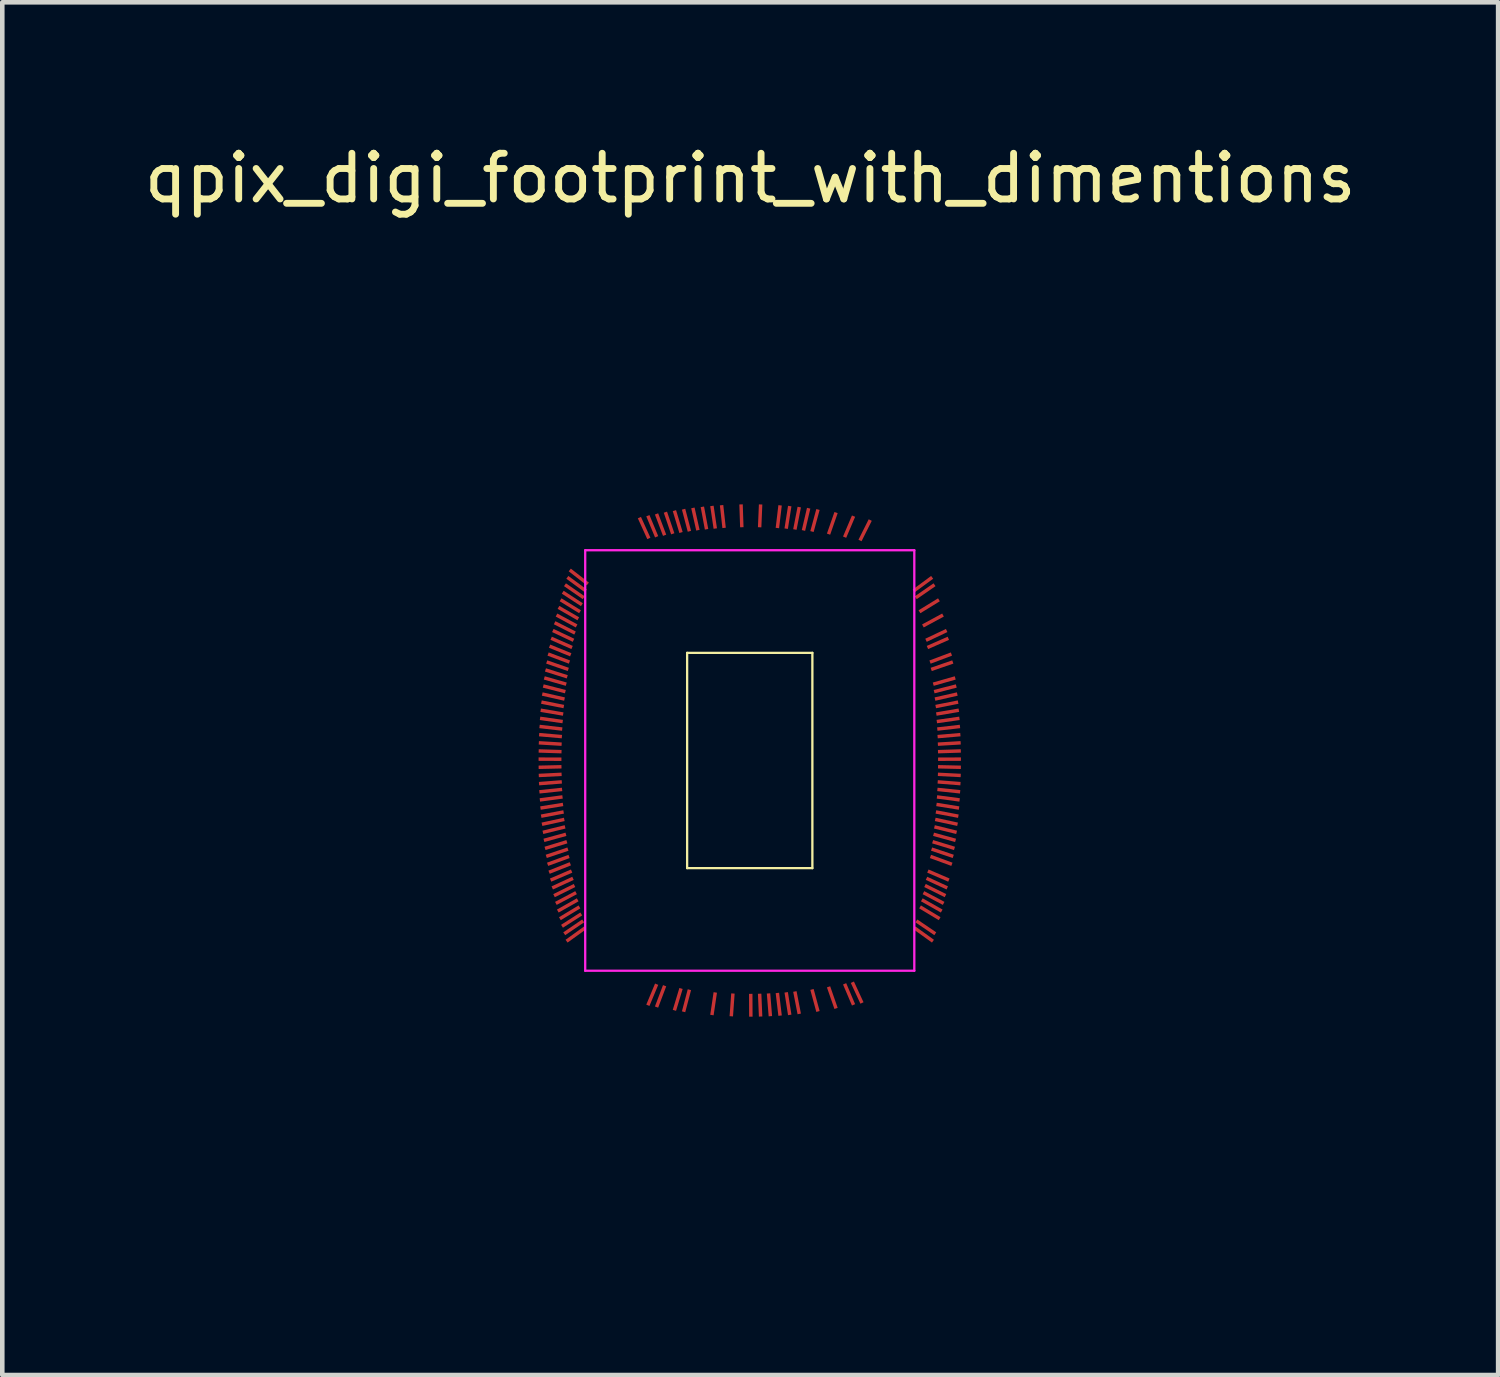
<source format=kicad_pcb>
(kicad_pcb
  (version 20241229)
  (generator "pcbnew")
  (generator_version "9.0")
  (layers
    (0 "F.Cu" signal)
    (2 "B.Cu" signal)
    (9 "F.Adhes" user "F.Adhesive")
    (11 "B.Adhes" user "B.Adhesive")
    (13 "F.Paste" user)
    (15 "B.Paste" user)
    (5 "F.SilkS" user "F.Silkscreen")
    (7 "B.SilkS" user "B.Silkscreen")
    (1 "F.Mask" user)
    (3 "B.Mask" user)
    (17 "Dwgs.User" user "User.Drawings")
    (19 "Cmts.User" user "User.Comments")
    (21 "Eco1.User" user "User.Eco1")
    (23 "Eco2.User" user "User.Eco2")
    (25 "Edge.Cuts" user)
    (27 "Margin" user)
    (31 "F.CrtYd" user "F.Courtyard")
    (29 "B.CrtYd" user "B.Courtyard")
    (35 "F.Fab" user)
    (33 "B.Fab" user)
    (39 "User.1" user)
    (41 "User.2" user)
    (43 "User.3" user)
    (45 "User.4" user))
  (footprint "qpix_digi_footprint_with_dimentions"
    (layer "F.Cu")
    (at 13.353 13.588)
    (property "Reference" "qpix_digi_footprint_with_dimentions" (at 0.01 -12.74 0) (layer "F.SilkS") (effects (font (size 1 1) (thickness 0.15))))
    (attr through_hole)
    (fp_line (start -1.37 -2.355) (end -1.37 2.355) (stroke (width 0.05) (type solid)) (layer "F.SilkS"))
    (fp_line (start -1.37 2.355) (end 1.37 2.355) (stroke (width 0.05) (type solid)) (layer "F.SilkS"))
    (fp_line (start 1.37 -2.355) (end -1.37 -2.355) (stroke (width 0.05) (type solid)) (layer "F.SilkS"))
    (fp_line (start 1.37 2.355) (end 1.37 -2.355) (stroke (width 0.05) (type solid)) (layer "F.SilkS"))
    (fp_line (start -3.6 -4.6) (end -3.6 4.6) (stroke (width 0.05) (type solid)) (layer "F.CrtYd"))
    (fp_line (start -3.6 4.6) (end 3.6 4.6) (stroke (width 0.05) (type solid)) (layer "F.CrtYd"))
    (fp_line (start 3.6 -4.6) (end -3.6 -4.6) (stroke (width 0.05) (type solid)) (layer "F.CrtYd"))
    (fp_line (start 3.6 4.6) (end 3.6 -4.6) (stroke (width 0.05) (type solid)) (layer "F.CrtYd"))
    (fp_line (start -1.37 -2.175) (end -3.74 -4.015) (stroke (width 0.025) (type solid)) (layer "User.1"))
    (fp_line (start -1.37 -2.085) (end -3.789 -3.859) (stroke (width 0.025) (type solid)) (layer "User.1"))
    (fp_line (start -1.37 -1.995) (end -3.837 -3.703) (stroke (width 0.025) (type solid)) (layer "User.1"))
    (fp_line (start -1.37 -1.905) (end -3.882 -3.545) (stroke (width 0.025) (type solid)) (layer "User.1"))
    (fp_line (start -1.37 -1.815) (end -3.926 -3.385) (stroke (width 0.025) (type solid)) (layer "User.1"))
    (fp_line (start -1.37 -1.725) (end -3.968 -3.225) (stroke (width 0.025) (type solid)) (layer "User.1"))
    (fp_line (start -1.37 -1.635) (end -4.008 -3.063) (stroke (width 0.025) (type solid)) (layer "User.1"))
    (fp_line (start -1.37 -1.545) (end -4.046 -2.901) (stroke (width 0.025) (type solid)) (layer "User.1"))
    (fp_line (start -1.37 -1.455) (end -4.082 -2.737) (stroke (width 0.025) (type solid)) (layer "User.1"))
    (fp_line (start -1.37 -1.365) (end -4.116 -2.573) (stroke (width 0.025) (type solid)) (layer "User.1"))
    (fp_line (start -1.37 -1.275) (end -4.148 -2.407) (stroke (width 0.025) (type solid)) (layer "User.1"))
    (fp_line (start -1.37 -1.185) (end -4.178 -2.241) (stroke (width 0.025) (type solid)) (layer "User.1"))
    (fp_line (start -1.37 -1.095) (end -4.206 -2.074) (stroke (width 0.025) (type solid)) (layer "User.1"))
    (fp_line (start -1.37 -1.005) (end -4.231 -1.906) (stroke (width 0.025) (type solid)) (layer "User.1"))
    (fp_line (start -1.37 -0.915) (end -4.255 -1.738) (stroke (width 0.025) (type solid)) (layer "User.1"))
    (fp_line (start -1.37 -0.825) (end -4.276 -1.568) (stroke (width 0.025) (type solid)) (layer "User.1"))
    (fp_line (start -1.37 -0.735) (end -4.296 -1.399) (stroke (width 0.025) (type solid)) (layer "User.1"))
    (fp_line (start -1.37 -0.645) (end -4.313 -1.229) (stroke (width 0.025) (type solid)) (layer "User.1"))
    (fp_line (start -1.37 -0.555) (end -4.328 -1.058) (stroke (width 0.025) (type solid)) (layer "User.1"))
    (fp_line (start -1.37 -0.465) (end -4.34 -0.887) (stroke (width 0.025) (type solid)) (layer "User.1"))
    (fp_line (start -1.37 -0.375) (end -4.351 -0.716) (stroke (width 0.025) (type solid)) (layer "User.1"))
    (fp_line (start -1.37 -0.285) (end -4.359 -0.544) (stroke (width 0.025) (type solid)) (layer "User.1"))
    (fp_line (start -1.37 -0.195) (end -4.365 -0.372) (stroke (width 0.025) (type solid)) (layer "User.1"))
    (fp_line (start -1.37 -0.105) (end -4.368 -0.201) (stroke (width 0.025) (type solid)) (layer "User.1"))
    (fp_line (start -1.37 -0.015) (end -4.37 -0.029) (stroke (width 0.025) (type solid)) (layer "User.1"))
    (fp_line (start -1.37 0.075) (end -4.369 0.143) (stroke (width 0.025) (type solid)) (layer "User.1"))
    (fp_line (start -1.37 0.165) (end -4.366 0.315) (stroke (width 0.025) (type solid)) (layer "User.1"))
    (fp_line (start -1.37 0.255) (end -4.361 0.487) (stroke (width 0.025) (type solid)) (layer "User.1"))
    (fp_line (start -1.37 0.345) (end -4.354 0.659) (stroke (width 0.025) (type solid)) (layer "User.1"))
    (fp_line (start -1.37 0.435) (end -4.344 0.83) (stroke (width 0.025) (type solid)) (layer "User.1"))
    (fp_line (start -1.37 0.525) (end -4.332 1.001) (stroke (width 0.025) (type solid)) (layer "User.1"))
    (fp_line (start -1.37 0.615) (end -4.318 1.172) (stroke (width 0.025) (type solid)) (layer "User.1"))
    (fp_line (start -1.37 0.705) (end -4.302 1.342) (stroke (width 0.025) (type solid)) (layer "User.1"))
    (fp_line (start -1.37 0.795) (end -4.283 1.512) (stroke (width 0.025) (type solid)) (layer "User.1"))
    (fp_line (start -1.37 0.885) (end -4.262 1.681) (stroke (width 0.025) (type solid)) (layer "User.1"))
    (fp_line (start -1.37 0.975) (end -4.24 1.85) (stroke (width 0.025) (type solid)) (layer "User.1"))
    (fp_line (start -1.37 1.065) (end -4.215 2.018) (stroke (width 0.025) (type solid)) (layer "User.1"))
    (fp_line (start -1.37 1.155) (end -4.188 2.185) (stroke (width 0.025) (type solid)) (layer "User.1"))
    (fp_line (start -1.37 1.245) (end -4.158 2.352) (stroke (width 0.025) (type solid)) (layer "User.1"))
    (fp_line (start -1.37 1.335) (end -4.127 2.518) (stroke (width 0.025) (type solid)) (layer "User.1"))
    (fp_line (start -1.37 1.425) (end -4.094 2.683) (stroke (width 0.025) (type solid)) (layer "User.1"))
    (fp_line (start -1.37 1.515) (end -4.058 2.846) (stroke (width 0.025) (type solid)) (layer "User.1"))
    (fp_line (start -1.37 1.605) (end -4.021 3.009) (stroke (width 0.025) (type solid)) (layer "User.1"))
    (fp_line (start -1.37 1.695) (end -3.982 3.171) (stroke (width 0.025) (type solid)) (layer "User.1"))
    (fp_line (start -1.37 1.785) (end -3.94 3.332) (stroke (width 0.025) (type solid)) (layer "User.1"))
    (fp_line (start -1.37 1.875) (end -3.897 3.492) (stroke (width 0.025) (type solid)) (layer "User.1"))
    (fp_line (start -1.37 1.965) (end -3.852 3.65) (stroke (width 0.025) (type solid)) (layer "User.1"))
    (fp_line (start -1.37 2.055) (end -3.805 3.807) (stroke (width 0.025) (type solid)) (layer "User.1"))
    (fp_line (start -1.07 -2.355) (end -2.311 -5.086) (stroke (width 0.025) (type solid)) (layer "User.1"))
    (fp_line (start -0.98 -2.355) (end -2.133 -5.125) (stroke (width 0.025) (type solid)) (layer "User.1"))
    (fp_line (start -0.98 2.355) (end -2.133 5.125) (stroke (width 0.025) (type solid)) (layer "User.1"))
    (fp_line (start -0.89 -2.355) (end -1.951 -5.161) (stroke (width 0.025) (type solid)) (layer "User.1"))
    (fp_line (start -0.89 2.355) (end -1.951 5.161) (stroke (width 0.025) (type solid)) (layer "User.1"))
    (fp_line (start -0.8 -2.355) (end -1.765 -5.196) (stroke (width 0.025) (type solid)) (layer "User.1"))
    (fp_line (start -0.71 -2.355) (end -1.576 -5.227) (stroke (width 0.025) (type solid)) (layer "User.1"))
    (fp_line (start -0.71 2.355) (end -1.576 5.227) (stroke (width 0.025) (type solid)) (layer "User.1"))
    (fp_line (start -0.62 -2.355) (end -1.384 -5.256) (stroke (width 0.025) (type solid)) (layer "User.1"))
    (fp_line (start -0.62 2.355) (end -1.384 5.256) (stroke (width 0.025) (type solid)) (layer "User.1"))
    (fp_line (start -0.53 -2.355) (end -1.189 -5.282) (stroke (width 0.025) (type solid)) (layer "User.1"))
    (fp_line (start -0.44 -2.355) (end -0.991 -5.304) (stroke (width 0.025) (type solid)) (layer "User.1"))
    (fp_line (start -0.35 -2.355) (end -0.791 -5.322) (stroke (width 0.025) (type solid)) (layer "User.1"))
    (fp_line (start -0.35 2.355) (end -0.791 5.322) (stroke (width 0.025) (type solid)) (layer "User.1"))
    (fp_line (start -0.26 -2.355) (end -0.589 -5.337) (stroke (width 0.025) (type solid)) (layer "User.1"))
    (fp_line (start -0.17 2.355) (end -0.386 5.347) (stroke (width 0.025) (type solid)) (layer "User.1"))
    (fp_line (start -0.08 -2.355) (end -0.182 -5.353) (stroke (width 0.025) (type solid)) (layer "User.1"))
    (fp_line (start 0.01 2.355) (end 0.023 5.355) (stroke (width 0.025) (type solid)) (layer "User.1"))
    (fp_line (start 0.1 -2.355) (end 0.227 -5.352) (stroke (width 0.025) (type solid)) (layer "User.1"))
    (fp_line (start 0.1 2.355) (end 0.227 5.352) (stroke (width 0.025) (type solid)) (layer "User.1"))
    (fp_line (start 0.19 2.355) (end 0.431 5.345) (stroke (width 0.025) (type solid)) (layer "User.1"))
    (fp_line (start 0.28 -2.355) (end 0.634 -5.334) (stroke (width 0.025) (type solid)) (layer "User.1"))
    (fp_line (start 0.28 2.355) (end 0.634 5.334) (stroke (width 0.025) (type solid)) (layer "User.1"))
    (fp_line (start 0.37 -2.355) (end 0.836 -5.319) (stroke (width 0.025) (type solid)) (layer "User.1"))
    (fp_line (start 0.37 2.355) (end 0.836 5.319) (stroke (width 0.025) (type solid)) (layer "User.1"))
    (fp_line (start 0.46 -2.355) (end 1.035 -5.299) (stroke (width 0.025) (type solid)) (layer "User.1"))
    (fp_line (start 0.46 2.355) (end 1.035 5.299) (stroke (width 0.025) (type solid)) (layer "User.1"))
    (fp_line (start 0.55 -2.355) (end 1.232 -5.276) (stroke (width 0.025) (type solid)) (layer "User.1"))
    (fp_line (start 0.64 -2.355) (end 1.427 -5.25) (stroke (width 0.025) (type solid)) (layer "User.1"))
    (fp_line (start 0.64 2.355) (end 1.427 5.25) (stroke (width 0.025) (type solid)) (layer "User.1"))
    (fp_line (start 0.82 -2.355) (end 1.806 -5.188) (stroke (width 0.025) (type solid)) (layer "User.1"))
    (fp_line (start 0.82 2.355) (end 1.806 5.188) (stroke (width 0.025) (type solid)) (layer "User.1"))
    (fp_line (start 1 -2.355) (end 2.173 -5.116) (stroke (width 0.025) (type solid)) (layer "User.1"))
    (fp_line (start 1 2.355) (end 2.173 5.116) (stroke (width 0.025) (type solid)) (layer "User.1"))
    (fp_line (start 1.09 2.355) (end 2.35 5.078) (stroke (width 0.025) (type solid)) (layer "User.1"))
    (fp_line (start 1.18 -2.355) (end 2.524 -5.037) (stroke (width 0.025) (type solid)) (layer "User.1"))
    (fp_line (start 1.37 -2.085) (end 3.789 -3.859) (stroke (width 0.025) (type solid)) (layer "User.1"))
    (fp_line (start 1.37 -1.995) (end 3.837 -3.703) (stroke (width 0.025) (type solid)) (layer "User.1"))
    (fp_line (start 1.37 -1.815) (end 3.926 -3.385) (stroke (width 0.025) (type solid)) (layer "User.1"))
    (fp_line (start 1.37 -1.635) (end 4.008 -3.063) (stroke (width 0.025) (type solid)) (layer "User.1"))
    (fp_line (start 1.37 -1.455) (end 4.082 -2.737) (stroke (width 0.025) (type solid)) (layer "User.1"))
    (fp_line (start 1.37 -1.365) (end 4.116 -2.573) (stroke (width 0.025) (type solid)) (layer "User.1"))
    (fp_line (start 1.37 -1.185) (end 4.178 -2.241) (stroke (width 0.025) (type solid)) (layer "User.1"))
    (fp_line (start 1.37 -1.095) (end 4.206 -2.074) (stroke (width 0.025) (type solid)) (layer "User.1"))
    (fp_line (start 1.37 -0.915) (end 4.255 -1.738) (stroke (width 0.025) (type solid)) (layer "User.1"))
    (fp_line (start 1.37 -0.825) (end 4.276 -1.568) (stroke (width 0.025) (type solid)) (layer "User.1"))
    (fp_line (start 1.37 -0.735) (end 4.296 -1.399) (stroke (width 0.025) (type solid)) (layer "User.1"))
    (fp_line (start 1.37 -0.645) (end 4.313 -1.229) (stroke (width 0.025) (type solid)) (layer "User.1"))
    (fp_line (start 1.37 -0.555) (end 4.328 -1.058) (stroke (width 0.025) (type solid)) (layer "User.1"))
    (fp_line (start 1.37 -0.465) (end 4.34 -0.887) (stroke (width 0.025) (type solid)) (layer "User.1"))
    (fp_line (start 1.37 -0.375) (end 4.351 -0.716) (stroke (width 0.025) (type solid)) (layer "User.1"))
    (fp_line (start 1.37 -0.285) (end 4.359 -0.544) (stroke (width 0.025) (type solid)) (layer "User.1"))
    (fp_line (start 1.37 -0.195) (end 4.365 -0.372) (stroke (width 0.025) (type solid)) (layer "User.1"))
    (fp_line (start 1.37 -0.105) (end 4.368 -0.201) (stroke (width 0.025) (type solid)) (layer "User.1"))
    (fp_line (start 1.37 -0.015) (end 4.37 -0.029) (stroke (width 0.025) (type solid)) (layer "User.1"))
    (fp_line (start 1.37 0.075) (end 4.369 0.143) (stroke (width 0.025) (type solid)) (layer "User.1"))
    (fp_line (start 1.37 0.165) (end 4.366 0.315) (stroke (width 0.025) (type solid)) (layer "User.1"))
    (fp_line (start 1.37 0.255) (end 4.361 0.487) (stroke (width 0.025) (type solid)) (layer "User.1"))
    (fp_line (start 1.37 0.345) (end 4.354 0.659) (stroke (width 0.025) (type solid)) (layer "User.1"))
    (fp_line (start 1.37 0.435) (end 4.344 0.83) (stroke (width 0.025) (type solid)) (layer "User.1"))
    (fp_line (start 1.37 0.525) (end 4.332 1.001) (stroke (width 0.025) (type solid)) (layer "User.1"))
    (fp_line (start 1.37 0.615) (end 4.318 1.172) (stroke (width 0.025) (type solid)) (layer "User.1"))
    (fp_line (start 1.37 0.705) (end 4.302 1.342) (stroke (width 0.025) (type solid)) (layer "User.1"))
    (fp_line (start 1.37 0.795) (end 4.283 1.512) (stroke (width 0.025) (type solid)) (layer "User.1"))
    (fp_line (start 1.37 0.885) (end 4.262 1.681) (stroke (width 0.025) (type solid)) (layer "User.1"))
    (fp_line (start 1.37 0.975) (end 4.24 1.85) (stroke (width 0.025) (type solid)) (layer "User.1"))
    (fp_line (start 1.37 1.065) (end 4.215 2.018) (stroke (width 0.025) (type solid)) (layer "User.1"))
    (fp_line (start 1.37 1.155) (end 4.188 2.185) (stroke (width 0.025) (type solid)) (layer "User.1"))
    (fp_line (start 1.37 1.335) (end 4.127 2.518) (stroke (width 0.025) (type solid)) (layer "User.1"))
    (fp_line (start 1.37 1.425) (end 4.094 2.683) (stroke (width 0.025) (type solid)) (layer "User.1"))
    (fp_line (start 1.37 1.515) (end 4.058 2.846) (stroke (width 0.025) (type solid)) (layer "User.1"))
    (fp_line (start 1.37 1.605) (end 4.021 3.009) (stroke (width 0.025) (type solid)) (layer "User.1"))
    (fp_line (start 1.37 1.695) (end 3.982 3.171) (stroke (width 0.025) (type solid)) (layer "User.1"))
    (fp_line (start 1.37 1.785) (end 3.94 3.332) (stroke (width 0.025) (type solid)) (layer "User.1"))
    (fp_line (start 1.37 1.965) (end 3.852 3.65) (stroke (width 0.025) (type solid)) (layer "User.1"))
    (fp_line (start 1.37 2.055) (end 3.805 3.807) (stroke (width 0.025) (type solid)) (layer "User.1"))
    (fp_line (start -4.62 -0.03) (end -6.475 0.4) (stroke (width 0.05) (type solid)) (layer "User.2"))
    (fp_line (start -4.619 0.149) (end -6.475 0.8) (stroke (width 0.05) (type solid)) (layer "User.2"))
    (fp_line (start -4.618 -0.209) (end -6.475 0) (stroke (width 0.05) (type solid)) (layer "User.2"))
    (fp_line (start -4.616 0.328) (end -6.475 1.2) (stroke (width 0.05) (type solid)) (layer "User.2"))
    (fp_line (start -4.614 -0.387) (end -6.475 -0.4) (stroke (width 0.05) (type solid)) (layer "User.2"))
    (fp_line (start -4.61 0.506) (end -6.475 1.6) (stroke (width 0.05) (type solid)) (layer "User.2"))
    (fp_line (start -4.608 -0.566) (end -6.475 -0.8) (stroke (width 0.05) (type solid)) (layer "User.2"))
    (fp_line (start -4.602 0.685) (end -6.475 2) (stroke (width 0.05) (type solid)) (layer "User.2"))
    (fp_line (start -4.599 -0.744) (end -6.475 -1.2) (stroke (width 0.05) (type solid)) (layer "User.2"))
    (fp_line (start -4.592 0.863) (end -6.475 2.4) (stroke (width 0.05) (type solid)) (layer "User.2"))
    (fp_line (start -4.588 -0.922) (end -6.475 -1.6) (stroke (width 0.05) (type solid)) (layer "User.2"))
    (fp_line (start -4.579 1.041) (end -6.475 2.8) (stroke (width 0.05) (type solid)) (layer "User.2"))
    (fp_line (start -4.574 -1.1) (end -6.475 -2) (stroke (width 0.05) (type solid)) (layer "User.2"))
    (fp_line (start -4.564 1.218) (end -6.475 3.2) (stroke (width 0.05) (type solid)) (layer "User.2"))
    (fp_line (start -4.558 -1.277) (end -6.475 -2.4) (stroke (width 0.05) (type solid)) (layer "User.2"))
    (fp_line (start -4.546 1.395) (end -6.475 3.6) (stroke (width 0.05) (type solid)) (layer "User.2"))
    (fp_line (start -4.539 -1.454) (end -6.475 -2.8) (stroke (width 0.05) (type solid)) (layer "User.2"))
    (fp_line (start -4.526 1.572) (end -6.475 4) (stroke (width 0.05) (type solid)) (layer "User.2"))
    (fp_line (start -4.519 -1.63) (end -6.475 -3.2) (stroke (width 0.05) (type solid)) (layer "User.2"))
    (fp_line (start -4.503 1.748) (end -6.475 4.4) (stroke (width 0.05) (type solid)) (layer "User.2"))
    (fp_line (start -4.495 -1.806) (end -6.475 -3.6) (stroke (width 0.05) (type solid)) (layer "User.2"))
    (fp_line (start -4.479 1.923) (end -6.475 4.8) (stroke (width 0.05) (type solid)) (layer "User.2"))
    (fp_line (start -4.47 -1.981) (end -6.475 -4) (stroke (width 0.05) (type solid)) (layer "User.2"))
    (fp_line (start -4.452 2.097) (end -6.475 5.2) (stroke (width 0.05) (type solid)) (layer "User.2"))
    (fp_line (start -4.442 -2.155) (end -6.475 -4.4) (stroke (width 0.05) (type solid)) (layer "User.2"))
    (fp_line (start -4.422 2.271) (end -6.475 5.6) (stroke (width 0.05) (type solid)) (layer "User.2"))
    (fp_line (start -4.412 -2.329) (end -6.475 -4.8) (stroke (width 0.05) (type solid)) (layer "User.2"))
    (fp_line (start -4.391 2.444) (end -6.475 6) (stroke (width 0.05) (type solid)) (layer "User.2"))
    (fp_line (start -4.38 -2.502) (end -6.475 -5.2) (stroke (width 0.05) (type solid)) (layer "User.2"))
    (fp_line (start -4.357 2.616) (end -6.475 6.4) (stroke (width 0.05) (type solid)) (layer "User.2"))
    (fp_line (start -4.345 -2.673) (end -6.475 -5.6) (stroke (width 0.05) (type solid)) (layer "User.2"))
    (fp_line (start -4.321 2.787) (end -6.475 6.8) (stroke (width 0.05) (type solid)) (layer "User.2"))
    (fp_line (start -4.308 -2.844) (end -6.475 -6) (stroke (width 0.05) (type solid)) (layer "User.2"))
    (fp_line (start -4.282 2.957) (end -6.475 7.2) (stroke (width 0.05) (type solid)) (layer "User.2"))
    (fp_line (start -4.269 -3.014) (end -6.475 -6.4) (stroke (width 0.05) (type solid)) (layer "User.2"))
    (fp_line (start -4.242 3.126) (end -6.475 7.6) (stroke (width 0.05) (type solid)) (layer "User.2"))
    (fp_line (start -4.228 -3.183) (end -6.475 -6.8) (stroke (width 0.05) (type solid)) (layer "User.2"))
    (fp_line (start -4.199 3.294) (end -6.475 8) (stroke (width 0.05) (type solid)) (layer "User.2"))
    (fp_line (start -4.185 -3.35) (end -6.475 -7.2) (stroke (width 0.05) (type solid)) (layer "User.2"))
    (fp_line (start -4.155 3.461) (end -6.475 8.4) (stroke (width 0.05) (type solid)) (layer "User.2"))
    (fp_line (start -4.139 -3.516) (end -6.475 -7.6) (stroke (width 0.05) (type solid)) (layer "User.2"))
    (fp_line (start -4.108 3.626) (end -6.475 8.8) (stroke (width 0.05) (type solid)) (layer "User.2"))
    (fp_line (start -4.092 -3.681) (end -6.475 -8) (stroke (width 0.05) (type solid)) (layer "User.2"))
    (fp_line (start -4.059 3.791) (end -6.475 9.2) (stroke (width 0.05) (type solid)) (layer "User.2"))
    (fp_line (start -4.042 -3.845) (end -6.475 -8.4) (stroke (width 0.05) (type solid)) (layer "User.2"))
    (fp_line (start -4.008 3.953) (end -6.475 9.6) (stroke (width 0.05) (type solid)) (layer "User.2"))
    (fp_line (start -3.991 -4.007) (end -6.475 -8.8) (stroke (width 0.05) (type solid)) (layer "User.2"))
    (fp_line (start -3.937 -4.168) (end -6.475 -9.2) (stroke (width 0.05) (type solid)) (layer "User.2"))
    (fp_line (start -2.414 -5.314) (end -5.2 -10.42) (stroke (width 0.05) (type solid)) (layer "User.2"))
    (fp_line (start -2.229 -5.356) (end -4.8 -10.42) (stroke (width 0.05) (type solid)) (layer "User.2"))
    (fp_line (start -2.229 5.356) (end -4.8 10.42) (stroke (width 0.05) (type solid)) (layer "User.2"))
    (fp_line (start -2.039 -5.395) (end -4.4 -10.42) (stroke (width 0.05) (type solid)) (layer "User.2"))
    (fp_line (start -2.039 5.395) (end -4.4 10.42) (stroke (width 0.05) (type solid)) (layer "User.2"))
    (fp_line (start -1.845 -5.432) (end -4 -10.42) (stroke (width 0.05) (type solid)) (layer "User.2"))
    (fp_line (start -1.648 -5.467) (end -3.6 -10.42) (stroke (width 0.05) (type solid)) (layer "User.2"))
    (fp_line (start -1.648 5.467) (end -3.6 10.42) (stroke (width 0.05) (type solid)) (layer "User.2"))
    (fp_line (start -1.447 -5.498) (end -3.2 -10.42) (stroke (width 0.05) (type solid)) (layer "User.2"))
    (fp_line (start -1.447 5.498) (end -3.2 10.42) (stroke (width 0.05) (type solid)) (layer "User.2"))
    (fp_line (start -1.244 -5.526) (end -2.8 -10.42) (stroke (width 0.05) (type solid)) (layer "User.2"))
    (fp_line (start -1.037 -5.55) (end -2.4 -10.42) (stroke (width 0.05) (type solid)) (layer "User.2"))
    (fp_line (start -0.828 -5.57) (end -2 -10.42) (stroke (width 0.05) (type solid)) (layer "User.2"))
    (fp_line (start -0.828 5.57) (end -2 10.42) (stroke (width 0.05) (type solid)) (layer "User.2"))
    (fp_line (start -0.617 -5.585) (end -1.6 -10.42) (stroke (width 0.05) (type solid)) (layer "User.2"))
    (fp_line (start -0.404 5.597) (end -1.2 10.42) (stroke (width 0.05) (type solid)) (layer "User.2"))
    (fp_line (start -0.19 -5.603) (end -0.8 -10.42) (stroke (width 0.05) (type solid)) (layer "User.2"))
    (fp_line (start 0.024 5.605) (end -0.4 10.42) (stroke (width 0.05) (type solid)) (layer "User.2"))
    (fp_line (start 0.238 -5.602) (end 0 -10.42) (stroke (width 0.05) (type solid)) (layer "User.2"))
    (fp_line (start 0.238 5.602) (end 0 10.42) (stroke (width 0.05) (type solid)) (layer "User.2"))
    (fp_line (start 0.451 5.594) (end 0.4 10.42) (stroke (width 0.05) (type solid)) (layer "User.2"))
    (fp_line (start 0.664 -5.582) (end 0.8 -10.42) (stroke (width 0.05) (type solid)) (layer "User.2"))
    (fp_line (start 0.664 5.582) (end 0.8 10.42) (stroke (width 0.05) (type solid)) (layer "User.2"))
    (fp_line (start 0.874 -5.566) (end 1.2 -10.42) (stroke (width 0.05) (type solid)) (layer "User.2"))
    (fp_line (start 0.874 5.566) (end 1.2 10.42) (stroke (width 0.05) (type solid)) (layer "User.2"))
    (fp_line (start 1.083 -5.545) (end 1.6 -10.42) (stroke (width 0.05) (type solid)) (layer "User.2"))
    (fp_line (start 1.083 5.545) (end 1.6 10.42) (stroke (width 0.05) (type solid)) (layer "User.2"))
    (fp_line (start 1.289 -5.52) (end 2 -10.42) (stroke (width 0.05) (type solid)) (layer "User.2"))
    (fp_line (start 1.492 -5.491) (end 2.4 -10.42) (stroke (width 0.05) (type solid)) (layer "User.2"))
    (fp_line (start 1.492 5.491) (end 2.4 10.42) (stroke (width 0.05) (type solid)) (layer "User.2"))
    (fp_line (start 1.889 -5.424) (end 3.2 -10.42) (stroke (width 0.05) (type solid)) (layer "User.2"))
    (fp_line (start 1.889 5.424) (end 3.2 10.42) (stroke (width 0.05) (type solid)) (layer "User.2"))
    (fp_line (start 2.27 -5.346) (end 4 -10.42) (stroke (width 0.05) (type solid)) (layer "User.2"))
    (fp_line (start 2.27 5.346) (end 4 10.42) (stroke (width 0.05) (type solid)) (layer "User.2"))
    (fp_line (start 2.455 5.304) (end 4.4 10.42) (stroke (width 0.05) (type solid)) (layer "User.2"))
    (fp_line (start 2.636 -5.261) (end 4.8 -10.42) (stroke (width 0.05) (type solid)) (layer "User.2"))
    (fp_line (start 3.991 -4.007) (end 6.475 -8.8) (stroke (width 0.05) (type solid)) (layer "User.2"))
    (fp_line (start 4.008 3.953) (end 6.475 9.6) (stroke (width 0.05) (type solid)) (layer "User.2"))
    (fp_line (start 4.042 -3.845) (end 6.475 -8.4) (stroke (width 0.05) (type solid)) (layer "User.2"))
    (fp_line (start 4.059 3.791) (end 6.475 9.2) (stroke (width 0.05) (type solid)) (layer "User.2"))
    (fp_line (start 4.139 -3.516) (end 6.475 -7.6) (stroke (width 0.05) (type solid)) (layer "User.2"))
    (fp_line (start 4.155 3.461) (end 6.475 8.4) (stroke (width 0.05) (type solid)) (layer "User.2"))
    (fp_line (start 4.199 3.294) (end 6.475 8) (stroke (width 0.05) (type solid)) (layer "User.2"))
    (fp_line (start 4.228 -3.183) (end 6.475 -6.8) (stroke (width 0.05) (type solid)) (layer "User.2"))
    (fp_line (start 4.242 3.126) (end 6.475 7.6) (stroke (width 0.05) (type solid)) (layer "User.2"))
    (fp_line (start 4.282 2.957) (end 6.475 7.2) (stroke (width 0.05) (type solid)) (layer "User.2"))
    (fp_line (start 4.308 -2.844) (end 6.475 -6) (stroke (width 0.05) (type solid)) (layer "User.2"))
    (fp_line (start 4.321 2.787) (end 6.475 6.8) (stroke (width 0.05) (type solid)) (layer "User.2"))
    (fp_line (start 4.345 -2.673) (end 6.475 -5.6) (stroke (width 0.05) (type solid)) (layer "User.2"))
    (fp_line (start 4.357 2.616) (end 6.475 6.4) (stroke (width 0.05) (type solid)) (layer "User.2"))
    (fp_line (start 4.412 -2.329) (end 6.475 -4.8) (stroke (width 0.05) (type solid)) (layer "User.2"))
    (fp_line (start 4.422 2.271) (end 6.475 5.6) (stroke (width 0.05) (type solid)) (layer "User.2"))
    (fp_line (start 4.442 -2.155) (end 6.475 -4.4) (stroke (width 0.05) (type solid)) (layer "User.2"))
    (fp_line (start 4.452 2.097) (end 6.475 5.2) (stroke (width 0.05) (type solid)) (layer "User.2"))
    (fp_line (start 4.479 1.923) (end 6.475 4.8) (stroke (width 0.05) (type solid)) (layer "User.2"))
    (fp_line (start 4.495 -1.806) (end 6.475 -3.6) (stroke (width 0.05) (type solid)) (layer "User.2"))
    (fp_line (start 4.503 1.748) (end 6.475 4.4) (stroke (width 0.05) (type solid)) (layer "User.2"))
    (fp_line (start 4.519 -1.63) (end 6.475 -3.2) (stroke (width 0.05) (type solid)) (layer "User.2"))
    (fp_line (start 4.526 1.572) (end 6.475 4) (stroke (width 0.05) (type solid)) (layer "User.2"))
    (fp_line (start 4.539 -1.454) (end 6.475 -2.8) (stroke (width 0.05) (type solid)) (layer "User.2"))
    (fp_line (start 4.546 1.395) (end 6.475 3.6) (stroke (width 0.05) (type solid)) (layer "User.2"))
    (fp_line (start 4.558 -1.277) (end 6.475 -2.4) (stroke (width 0.05) (type solid)) (layer "User.2"))
    (fp_line (start 4.564 1.218) (end 6.475 3.2) (stroke (width 0.05) (type solid)) (layer "User.2"))
    (fp_line (start 4.574 -1.1) (end 6.475 -2) (stroke (width 0.05) (type solid)) (layer "User.2"))
    (fp_line (start 4.579 1.041) (end 6.475 2.8) (stroke (width 0.05) (type solid)) (layer "User.2"))
    (fp_line (start 4.588 -0.922) (end 6.475 -1.6) (stroke (width 0.05) (type solid)) (layer "User.2"))
    (fp_line (start 4.592 0.863) (end 6.475 2.4) (stroke (width 0.05) (type solid)) (layer "User.2"))
    (fp_line (start 4.599 -0.744) (end 6.475 -1.2) (stroke (width 0.05) (type solid)) (layer "User.2"))
    (fp_line (start 4.602 0.685) (end 6.475 2) (stroke (width 0.05) (type solid)) (layer "User.2"))
    (fp_line (start 4.608 -0.566) (end 6.475 -0.8) (stroke (width 0.05) (type solid)) (layer "User.2"))
    (fp_line (start 4.61 0.506) (end 6.475 1.6) (stroke (width 0.05) (type solid)) (layer "User.2"))
    (fp_line (start 4.614 -0.387) (end 6.475 -0.4) (stroke (width 0.05) (type solid)) (layer "User.2"))
    (fp_line (start 4.616 0.328) (end 6.475 1.2) (stroke (width 0.05) (type solid)) (layer "User.2"))
    (fp_line (start 4.618 -0.209) (end 6.475 0) (stroke (width 0.05) (type solid)) (layer "User.2"))
    (fp_line (start 4.619 0.149) (end 6.475 0.8) (stroke (width 0.05) (type solid)) (layer "User.2"))
    (fp_line (start 4.62 -0.03) (end 6.475 0.4) (stroke (width 0.05) (type solid)) (layer "User.2"))
    (dimension (type aligned) (layer "User.3") (pts (xy 8.783 14.77) (xy 8.797 14.843)) (height 0.494) (format (prefix "") (suffix "") (units 3) (units_format 1) (precision 4)) (style (thickness 0.01) (arrow_length 0.1) (text_position_mode 2) (arrow_direction outward) (extension_height 0.586) (extension_offset 0) (keep_text_aligned yes)) (gr_text "0.0750 mm" (at 7.433 15.108 280.696) (layer "User.3") (effects (font (size 0.3 0.3) (thickness 0.02)))))
    (dimension (type aligned) (layer "User.3") (pts (xy 9.653 17.178) (xy 9.693 17.248)) (height 0.959) (format (prefix "") (suffix "") (units 3) (units_format 1) (precision 4)) (style (thickness 0.01) (arrow_length 0.3) (text_position_mode 2) (arrow_direction outward) (extension_height 0.586) (extension_offset 0) (keep_text_aligned yes)) (gr_text "0.0806 mm" (at 8.153 18.088 299.745) (layer "User.3") (effects (font (size 0.3 0.3) (thickness 0.02)))))
    (dimension (type aligned) (layer "User.3") (pts (xy 14.723 11.233) (xy 14.723 15.943)) (height -6.15) (format (prefix "") (suffix "") (units 3) (units_format 1) (precision 4)) (style (thickness 0.01) (arrow_length 1) (text_position_mode 0) (arrow_direction outward) (extension_height 0.586) (extension_offset 0) (keep_text_aligned yes)) (gr_text "4.7100 mm" (at 20.273 13.588 90) (layer "User.3") (effects (font (size 0.5 0.5) (thickness 0.1) (bold yes)))))
    (dimension (type aligned) (layer "User.3") (pts (xy 11.983 11.233) (xy 14.723 11.233)) (height -4.526) (format (prefix "") (suffix "") (units 3) (units_format 1) (precision 4)) (style (thickness 0.01) (arrow_length 0.3) (text_position_mode 2) (arrow_direction outward) (extension_height 0.586) (extension_offset 0) (keep_text_aligned yes)) (gr_text "2.7400 mm" (at 13.573 5.678 0) (layer "User.3") (effects (font (size 0.5 0.5) (thickness 0.15)))))
    (dimension (type aligned) (layer "User.3") (pts (xy 11.943 15.578) (xy 11.983 15.643)) (height -1.018) (format (prefix "") (suffix "") (units 3) (units_format 1) (precision 4)) (style (thickness 0.01) (arrow_length 0.1) (text_position_mode 2) (arrow_direction outward) (extension_height 0.586) (extension_offset 0) (keep_text_aligned yes)) (gr_text "0.0763 mm" (at 13.583 14.638 301.608) (layer "User.3") (effects (font (size 0.3 0.3) (thickness 0.05) (bold yes)))))
    (dimension (type aligned) (layer "User.3") (pts (xy 9.548 17.396) (xy 11.983 15.643)) (height 4.837) (format (prefix "") (suffix "") (units 3) (units_format 1) (precision 4)) (style (thickness 0.01) (arrow_length 0.2) (text_position_mode 2) (arrow_direction outward) (extension_height 0.586) (extension_offset 0) (keep_text_aligned yes)) (gr_text "3.0000 mm" (at 13.933 20.868 35.739) (layer "User.3") (effects (font (size 0.4 0.4) (thickness 0.05)))))
    (pad "1" smd rect (at -3.74 -4.015 322.174) (size 0.5 0.075) (layers "F.Cu" "F.Mask" "F.Paste"))
    (pad "2" smd rect (at -3.789 -3.859 323.739) (size 0.5 0.075) (layers "F.Cu" "F.Mask" "F.Paste"))
    (pad "3" smd rect (at -3.837 -3.703 325.304) (size 0.5 0.075) (layers "F.Cu" "F.Mask" "F.Paste"))
    (pad "4" smd rect (at -3.882 -3.545 326.87) (size 0.5 0.075) (layers "F.Cu" "F.Mask" "F.Paste"))
    (pad "5" smd rect (at -3.926 -3.385 328.435) (size 0.5 0.075) (layers "F.Cu" "F.Mask" "F.Paste"))
    (pad "6" smd rect (at -3.968 -3.225 330) (size 0.5 0.075) (layers "F.Cu" "F.Mask" "F.Paste"))
    (pad "7" smd rect (at -4.008 -3.063 331.565) (size 0.5 0.075) (layers "F.Cu" "F.Mask" "F.Paste"))
    (pad "8" smd rect (at -4.046 -2.901 333.13) (size 0.5 0.075) (layers "F.Cu" "F.Mask" "F.Paste"))
    (pad "9" smd rect (at -4.082 -2.737 334.696) (size 0.5 0.075) (layers "F.Cu" "F.Mask" "F.Paste"))
    (pad "10" smd rect (at -4.116 -2.573 336.261) (size 0.5 0.075) (layers "F.Cu" "F.Mask" "F.Paste"))
    (pad "11" smd rect (at -4.148 -2.407 337.826) (size 0.5 0.075) (layers "F.Cu" "F.Mask" "F.Paste"))
    (pad "12" smd rect (at -4.178 -2.241 339.391) (size 0.5 0.075) (layers "F.Cu" "F.Mask" "F.Paste"))
    (pad "13" smd rect (at -4.206 -2.074 340.957) (size 0.5 0.075) (layers "F.Cu" "F.Mask" "F.Paste"))
    (pad "14" smd rect (at -4.231 -1.906 342.522) (size 0.5 0.075) (layers "F.Cu" "F.Mask" "F.Paste"))
    (pad "15" smd rect (at -4.255 -1.738 344.087) (size 0.5 0.075) (layers "F.Cu" "F.Mask" "F.Paste"))
    (pad "16" smd rect (at -4.276 -1.568 345.652) (size 0.5 0.075) (layers "F.Cu" "F.Mask" "F.Paste"))
    (pad "17" smd rect (at -4.296 -1.399 347.217) (size 0.5 0.075) (layers "F.Cu" "F.Mask" "F.Paste"))
    (pad "18" smd rect (at -4.313 -1.229 348.783) (size 0.5 0.075) (layers "F.Cu" "F.Mask" "F.Paste"))
    (pad "19" smd rect (at -4.328 -1.058 350.348) (size 0.5 0.075) (layers "F.Cu" "F.Mask" "F.Paste"))
    (pad "20" smd rect (at -4.34 -0.887 351.913) (size 0.5 0.075) (layers "F.Cu" "F.Mask" "F.Paste"))
    (pad "21" smd rect (at -4.351 -0.716 353.478) (size 0.5 0.075) (layers "F.Cu" "F.Mask" "F.Paste"))
    (pad "22" smd rect (at -4.359 -0.544 355.043) (size 0.5 0.075) (layers "F.Cu" "F.Mask" "F.Paste"))
    (pad "23" smd rect (at -4.365 -0.372 356.609) (size 0.5 0.075) (layers "F.Cu" "F.Mask" "F.Paste"))
    (pad "24" smd rect (at -4.368 -0.201 358.174) (size 0.5 0.075) (layers "F.Cu" "F.Mask" "F.Paste"))
    (pad "25" smd rect (at -4.37 -0.029 359.739) (size 0.5 0.075) (layers "F.Cu" "F.Mask" "F.Paste"))
    (pad "26" smd rect (at -4.369 0.143 1.304) (size 0.5 0.075) (layers "F.Cu" "F.Mask" "F.Paste"))
    (pad "27" smd rect (at -4.366 0.315 2.87) (size 0.5 0.075) (layers "F.Cu" "F.Mask" "F.Paste"))
    (pad "28" smd rect (at -4.361 0.487 4.435) (size 0.5 0.075) (layers "F.Cu" "F.Mask" "F.Paste"))
    (pad "29" smd rect (at -4.354 0.659 6) (size 0.5 0.075) (layers "F.Cu" "F.Mask" "F.Paste"))
    (pad "30" smd rect (at -4.344 0.83 7.565) (size 0.5 0.075) (layers "F.Cu" "F.Mask" "F.Paste"))
    (pad "31" smd rect (at -4.332 1.001 9.13) (size 0.5 0.075) (layers "F.Cu" "F.Mask" "F.Paste"))
    (pad "32" smd rect (at -4.318 1.172 10.696) (size 0.5 0.075) (layers "F.Cu" "F.Mask" "F.Paste"))
    (pad "33" smd rect (at -4.302 1.342 12.261) (size 0.5 0.075) (layers "F.Cu" "F.Mask" "F.Paste"))
    (pad "34" smd rect (at -4.283 1.512 13.826) (size 0.5 0.075) (layers "F.Cu" "F.Mask" "F.Paste"))
    (pad "35" smd rect (at -4.262 1.681 15.391) (size 0.5 0.075) (layers "F.Cu" "F.Mask" "F.Paste"))
    (pad "36" smd rect (at -4.24 1.85 16.957) (size 0.5 0.075) (layers "F.Cu" "F.Mask" "F.Paste"))
    (pad "37" smd rect (at -4.215 2.018 18.522) (size 0.5 0.075) (layers "F.Cu" "F.Mask" "F.Paste"))
    (pad "38" smd rect (at -4.188 2.185 20.087) (size 0.5 0.075) (layers "F.Cu" "F.Mask" "F.Paste"))
    (pad "39" smd rect (at -4.158 2.352 21.652) (size 0.5 0.075) (layers "F.Cu" "F.Mask" "F.Paste"))
    (pad "40" smd rect (at -4.127 2.518 23.217) (size 0.5 0.075) (layers "F.Cu" "F.Mask" "F.Paste"))
    (pad "41" smd rect (at -4.094 2.683 24.783) (size 0.5 0.075) (layers "F.Cu" "F.Mask" "F.Paste"))
    (pad "42" smd rect (at -4.058 2.846 26.348) (size 0.5 0.075) (layers "F.Cu" "F.Mask" "F.Paste"))
    (pad "43" smd rect (at -4.021 3.009 27.913) (size 0.5 0.075) (layers "F.Cu" "F.Mask" "F.Paste"))
    (pad "44" smd rect (at -3.982 3.171 29.478) (size 0.5 0.075) (layers "F.Cu" "F.Mask" "F.Paste"))
    (pad "45" smd rect (at -3.94 3.332 31.043) (size 0.5 0.075) (layers "F.Cu" "F.Mask" "F.Paste"))
    (pad "46" smd rect (at -3.897 3.492 32.609) (size 0.5 0.075) (layers "F.Cu" "F.Mask" "F.Paste"))
    (pad "47" smd rect (at -3.852 3.65 34.174) (size 0.5 0.075) (layers "F.Cu" "F.Mask" "F.Paste"))
    (pad "48" smd rect (at -3.805 3.807 35.739) (size 0.5 0.075) (layers "F.Cu" "F.Mask" "F.Paste"))
    (pad "49" smd rect (at -2.133 5.125 67.406) (size 0.5 0.075) (layers "F.Cu" "F.Mask" "F.Paste"))
    (pad "50" smd rect (at -1.951 5.161 69.297) (size 0.5 0.075) (layers "F.Cu" "F.Mask" "F.Paste"))
    (pad "51" smd rect (at -1.576 5.227 73.223) (size 0.5 0.075) (layers "F.Cu" "F.Mask" "F.Paste"))
    (pad "52" smd rect (at -1.384 5.256 75.25) (size 0.5 0.075) (layers "F.Cu" "F.Mask" "F.Paste"))
    (pad "53" smd rect (at -0.791 5.322 81.547) (size 0.5 0.075) (layers "F.Cu" "F.Mask" "F.Paste"))
    (pad "54" smd rect (at -0.386 5.347 85.871) (size 0.5 0.075) (layers "F.Cu" "F.Mask" "F.Paste"))
    (pad "55" smd rect (at 0.023 5.355 270.243) (size 0.5 0.075) (layers "F.Cu" "F.Mask" "F.Paste"))
    (pad "56" smd rect (at 0.227 5.352 272.431) (size 0.5 0.075) (layers "F.Cu" "F.Mask" "F.Paste"))
    (pad "57" smd rect (at 0.431 5.345 274.613) (size 0.5 0.075) (layers "F.Cu" "F.Mask" "F.Paste"))
    (pad "58" smd rect (at 0.634 5.334 276.78) (size 0.5 0.075) (layers "F.Cu" "F.Mask" "F.Paste"))
    (pad "59" smd rect (at 0.836 5.319 278.929) (size 0.5 0.075) (layers "F.Cu" "F.Mask" "F.Paste"))
    (pad "60" smd rect (at 1.035 5.299 281.052) (size 0.5 0.075) (layers "F.Cu" "F.Mask" "F.Paste"))
    (pad "61" smd rect (at 1.427 5.25 285.204) (size 0.5 0.075) (layers "F.Cu" "F.Mask" "F.Paste"))
    (pad "62" smd rect (at 1.806 5.188 289.198) (size 0.5 0.075) (layers "F.Cu" "F.Mask" "F.Paste"))
    (pad "63" smd rect (at 2.173 5.116 293.007) (size 0.5 0.075) (layers "F.Cu" "F.Mask" "F.Paste"))
    (pad "64" smd rect (at 2.35 5.078 294.837) (size 0.5 0.075) (layers "F.Cu" "F.Mask" "F.Paste"))
    (pad "65" smd rect (at 3.805 3.807 324.261) (size 0.5 0.075) (layers "F.Cu" "F.Mask" "F.Paste"))
    (pad "66" smd rect (at 3.852 3.65 325.826) (size 0.5 0.075) (layers "F.Cu" "F.Mask" "F.Paste"))
    (pad "67" smd rect (at 3.94 3.332 328.957) (size 0.5 0.075) (layers "F.Cu" "F.Mask" "F.Paste"))
    (pad "68" smd rect (at 3.982 3.171 330.522) (size 0.5 0.075) (layers "F.Cu" "F.Mask" "F.Paste"))
    (pad "69" smd rect (at 4.021 3.009 332.087) (size 0.5 0.075) (layers "F.Cu" "F.Mask" "F.Paste"))
    (pad "70" smd rect (at 4.058 2.846 333.652) (size 0.5 0.075) (layers "F.Cu" "F.Mask" "F.Paste"))
    (pad "71" smd rect (at 4.094 2.683 335.217) (size 0.5 0.075) (layers "F.Cu" "F.Mask" "F.Paste"))
    (pad "72" smd rect (at 4.127 2.518 336.783) (size 0.5 0.075) (layers "F.Cu" "F.Mask" "F.Paste"))
    (pad "73" smd rect (at 4.188 2.185 339.913) (size 0.5 0.075) (layers "F.Cu" "F.Mask" "F.Paste"))
    (pad "74" smd rect (at 4.215 2.018 341.478) (size 0.5 0.075) (layers "F.Cu" "F.Mask" "F.Paste"))
    (pad "75" smd rect (at 4.24 1.85 343.043) (size 0.5 0.075) (layers "F.Cu" "F.Mask" "F.Paste"))
    (pad "76" smd rect (at 4.262 1.681 344.609) (size 0.5 0.075) (layers "F.Cu" "F.Mask" "F.Paste"))
    (pad "77" smd rect (at 4.283 1.512 346.174) (size 0.5 0.075) (layers "F.Cu" "F.Mask" "F.Paste"))
    (pad "78" smd rect (at 4.302 1.342 347.739) (size 0.5 0.075) (layers "F.Cu" "F.Mask" "F.Paste"))
    (pad "79" smd rect (at 4.318 1.172 349.304) (size 0.5 0.075) (layers "F.Cu" "F.Mask" "F.Paste"))
    (pad "80" smd rect (at 4.332 1.001 350.87) (size 0.5 0.075) (layers "F.Cu" "F.Mask" "F.Paste"))
    (pad "81" smd rect (at 4.344 0.83 352.435) (size 0.5 0.075) (layers "F.Cu" "F.Mask" "F.Paste"))
    (pad "82" smd rect (at 4.354 0.659 354) (size 0.5 0.075) (layers "F.Cu" "F.Mask" "F.Paste"))
    (pad "83" smd rect (at 4.361 0.487 355.565) (size 0.5 0.075) (layers "F.Cu" "F.Mask" "F.Paste"))
    (pad "84" smd rect (at 4.366 0.315 357.13) (size 0.5 0.075) (layers "F.Cu" "F.Mask" "F.Paste"))
    (pad "85" smd rect (at 4.369 0.143 358.696) (size 0.5 0.075) (layers "F.Cu" "F.Mask" "F.Paste"))
    (pad "86" smd rect (at 4.37 -0.029 0.261) (size 0.5 0.075) (layers "F.Cu" "F.Mask" "F.Paste"))
    (pad "87" smd rect (at 4.368 -0.201 1.826) (size 0.5 0.075) (layers "F.Cu" "F.Mask" "F.Paste"))
    (pad "88" smd rect (at 4.365 -0.372 3.391) (size 0.5 0.075) (layers "F.Cu" "F.Mask" "F.Paste"))
    (pad "89" smd rect (at 4.359 -0.544 4.957) (size 0.5 0.075) (layers "F.Cu" "F.Mask" "F.Paste"))
    (pad "90" smd rect (at 4.351 -0.716 6.522) (size 0.5 0.075) (layers "F.Cu" "F.Mask" "F.Paste"))
    (pad "91" smd rect (at 4.34 -0.887 8.087) (size 0.5 0.075) (layers "F.Cu" "F.Mask" "F.Paste"))
    (pad "92" smd rect (at 4.328 -1.058 9.652) (size 0.5 0.075) (layers "F.Cu" "F.Mask" "F.Paste"))
    (pad "93" smd rect (at 4.313 -1.229 11.217) (size 0.5 0.075) (layers "F.Cu" "F.Mask" "F.Paste"))
    (pad "94" smd rect (at 4.296 -1.399 12.783) (size 0.5 0.075) (layers "F.Cu" "F.Mask" "F.Paste"))
    (pad "95" smd rect (at 4.276 -1.568 14.348) (size 0.5 0.075) (layers "F.Cu" "F.Mask" "F.Paste"))
    (pad "96" smd rect (at 4.255 -1.738 15.913) (size 0.5 0.075) (layers "F.Cu" "F.Mask" "F.Paste"))
    (pad "97" smd rect (at 4.206 -2.074 19.043) (size 0.5 0.075) (layers "F.Cu" "F.Mask" "F.Paste"))
    (pad "98" smd rect (at 4.178 -2.241 20.609) (size 0.5 0.075) (layers "F.Cu" "F.Mask" "F.Paste"))
    (pad "99" smd rect (at 4.116 -2.573 23.739) (size 0.5 0.075) (layers "F.Cu" "F.Mask" "F.Paste"))
    (pad "100" smd rect (at 4.082 -2.737 25.304) (size 0.5 0.075) (layers "F.Cu" "F.Mask" "F.Paste"))
    (pad "101" smd rect (at 4.008 -3.063 28.435) (size 0.5 0.075) (layers "F.Cu" "F.Mask" "F.Paste"))
    (pad "102" smd rect (at 3.926 -3.385 31.565) (size 0.5 0.075) (layers "F.Cu" "F.Mask" "F.Paste"))
    (pad "103" smd rect (at 3.837 -3.703 34.696) (size 0.5 0.075) (layers "F.Cu" "F.Mask" "F.Paste"))
    (pad "104" smd rect (at 3.789 -3.859 36.261) (size 0.5 0.075) (layers "F.Cu" "F.Mask" "F.Paste"))
    (pad "105" smd rect (at 2.524 -5.037 63.386) (size 0.5 0.075) (layers "F.Cu" "F.Mask" "F.Paste"))
    (pad "106" smd rect (at 2.173 -5.116 66.993) (size 0.5 0.075) (layers "F.Cu" "F.Mask" "F.Paste"))
    (pad "107" smd rect (at 1.806 -5.188 70.802) (size 0.5 0.075) (layers "F.Cu" "F.Mask" "F.Paste"))
    (pad "108" smd rect (at 1.427 -5.25 74.796) (size 0.5 0.075) (layers "F.Cu" "F.Mask" "F.Paste"))
    (pad "109" smd rect (at 1.232 -5.276 76.854) (size 0.5 0.075) (layers "F.Cu" "F.Mask" "F.Paste"))
    (pad "110" smd rect (at 1.035 -5.299 78.948) (size 0.5 0.075) (layers "F.Cu" "F.Mask" "F.Paste"))
    (pad "111" smd rect (at 0.836 -5.319 81.071) (size 0.5 0.075) (layers "F.Cu" "F.Mask" "F.Paste"))
    (pad "112" smd rect (at 0.634 -5.334 83.22) (size 0.5 0.075) (layers "F.Cu" "F.Mask" "F.Paste"))
    (pad "113" smd rect (at 0.227 -5.352 87.569) (size 0.5 0.075) (layers "F.Cu" "F.Mask" "F.Paste"))
    (pad "114" smd rect (at -0.182 -5.353 271.946) (size 0.5 0.075) (layers "F.Cu" "F.Mask" "F.Paste"))
    (pad "115" smd rect (at -0.589 -5.337 276.3) (size 0.5 0.075) (layers "F.Cu" "F.Mask" "F.Paste"))
    (pad "116" smd rect (at -0.791 -5.322 278.453) (size 0.5 0.075) (layers "F.Cu" "F.Mask" "F.Paste"))
    (pad "117" smd rect (at -0.991 -5.304 280.583) (size 0.5 0.075) (layers "F.Cu" "F.Mask" "F.Paste"))
    (pad "118" smd rect (at -1.189 -5.282 282.683) (size 0.5 0.075) (layers "F.Cu" "F.Mask" "F.Paste"))
    (pad "119" smd rect (at -1.384 -5.256 284.75) (size 0.5 0.075) (layers "F.Cu" "F.Mask" "F.Paste"))
    (pad "120" smd rect (at -1.576 -5.227 286.777) (size 0.5 0.075) (layers "F.Cu" "F.Mask" "F.Paste"))
    (pad "121" smd rect (at -1.765 -5.196 288.763) (size 0.5 0.075) (layers "F.Cu" "F.Mask" "F.Paste"))
    (pad "122" smd rect (at -1.951 -5.161 290.703) (size 0.5 0.075) (layers "F.Cu" "F.Mask" "F.Paste"))
    (pad "123" smd rect (at -2.133 -5.125 292.594) (size 0.5 0.075) (layers "F.Cu" "F.Mask" "F.Paste"))
    (pad "124" smd rect (at -2.311 -5.086 294.435) (size 0.5 0.075) (layers "F.Cu" "F.Mask" "F.Paste")))
  (gr_rect
    (start -3 -3)
    (end 29.726 27.033)
    (stroke (width 0.1) (type default))
    (fill no)
    (layer "Edge.Cuts")))
</source>
